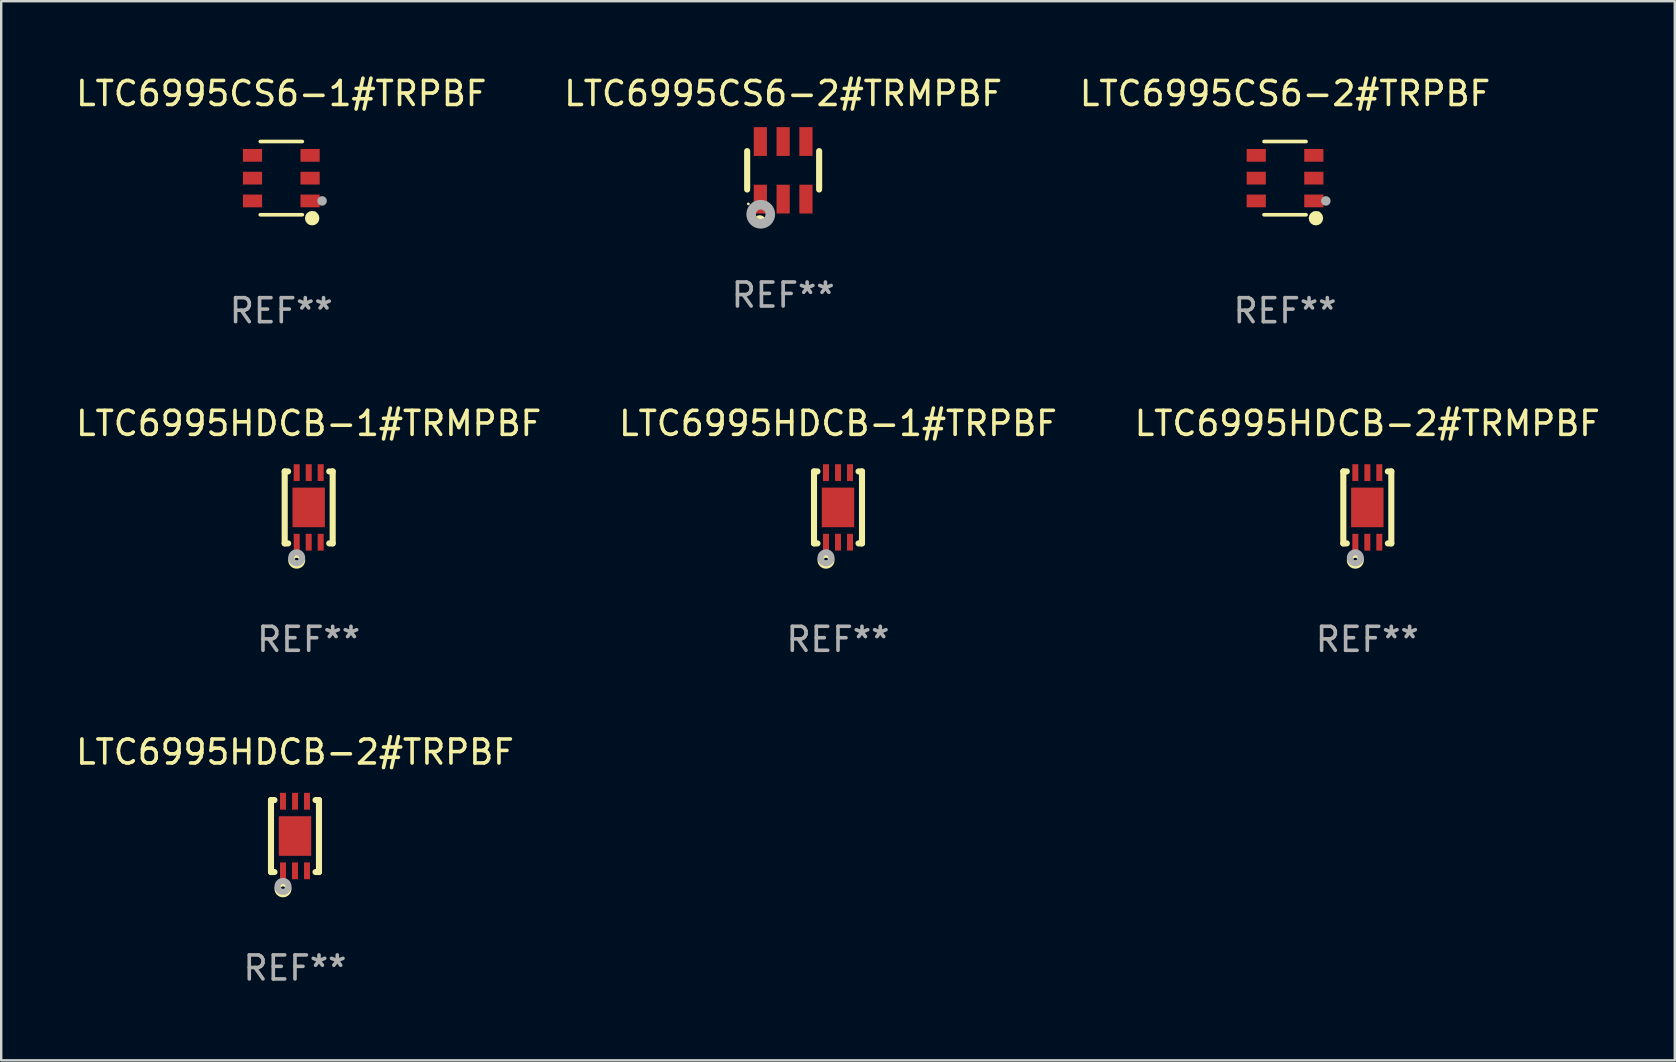
<source format=kicad_pcb>
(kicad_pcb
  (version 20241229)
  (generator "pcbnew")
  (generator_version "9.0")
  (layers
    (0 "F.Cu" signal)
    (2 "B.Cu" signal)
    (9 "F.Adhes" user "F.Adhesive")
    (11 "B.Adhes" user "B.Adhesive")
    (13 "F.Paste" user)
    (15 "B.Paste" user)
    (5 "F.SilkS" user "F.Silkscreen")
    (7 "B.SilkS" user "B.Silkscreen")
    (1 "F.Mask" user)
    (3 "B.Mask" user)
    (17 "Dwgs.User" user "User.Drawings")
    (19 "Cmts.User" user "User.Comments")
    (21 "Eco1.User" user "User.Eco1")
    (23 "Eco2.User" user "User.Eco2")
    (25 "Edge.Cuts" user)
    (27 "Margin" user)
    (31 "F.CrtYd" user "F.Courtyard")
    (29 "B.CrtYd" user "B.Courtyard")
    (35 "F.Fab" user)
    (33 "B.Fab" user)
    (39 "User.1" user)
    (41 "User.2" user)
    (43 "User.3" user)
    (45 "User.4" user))
  (footprint "LTC6995HDCB-2#TRPBF"
    (layer "F.Cu")
    (at 9.244 31.793)
    (property "Reference" "LTC6995HDCB-2#TRPBF" (at 0 -3.5 0) (layer "F.SilkS") (effects (font (size 1 1) (thickness 0.15))))
    (attr through_hole)
    (fp_line (start -1 1.5) (end -1 -1.5) (stroke (width 0.254) (type solid)) (layer "F.SilkS"))
    (fp_line (start -0.856 -1.5) (end -1 -1.5) (stroke (width 0.254) (type solid)) (layer "F.SilkS"))
    (fp_line (start -0.855 1.5) (end -1 1.5) (stroke (width 0.254) (type solid)) (layer "F.SilkS"))
    (fp_line (start 1 -1.5) (end 0.856 -1.5) (stroke (width 0.254) (type solid)) (layer "F.SilkS"))
    (fp_line (start 1 1.5) (end 0.856 1.5) (stroke (width 0.254) (type solid)) (layer "F.SilkS"))
    (fp_line (start 1 1.5) (end 1 -1.5) (stroke (width 0.254) (type solid)) (layer "F.SilkS"))
    (fp_circle (center -1 1.5) (end -0.97 1.5) (stroke (width 0.06) (type solid)) (fill no) (layer "F.SilkS"))
    (fp_circle (center -0.5 2.2) (end -0.4 2.2) (stroke (width 0.254) (type solid)) (fill no) (layer "F.SilkS"))
    (fp_circle (center -0.5 2.1) (end -0.4 2.1) (stroke (width 0.254) (type solid)) (fill no) (layer "F.Fab"))
    (fp_text user "REF**" (at 0 5.5 0) (layer "F.Fab") (effects (font (size 1 1) (thickness 0.15))))
    (pad "1" smd rect (at -0.499 1.45 180) (size 0.25 0.7) (layers "F.Cu" "F.Mask" "F.Paste"))
    (pad "2" smd rect (at 0.000025 1.45 180) (size 0.25 0.7) (layers "F.Cu" "F.Mask" "F.Paste"))
    (pad "3" smd rect (at 0.5 1.45 180) (size 0.25 0.7) (layers "F.Cu" "F.Mask" "F.Paste"))
    (pad "4" smd rect (at 0.5 -1.45 180) (size 0.25 0.7) (layers "F.Cu" "F.Mask" "F.Paste"))
    (pad "5" smd rect (at 0.002 -1.45 180) (size 0.25 0.7) (layers "F.Cu" "F.Mask" "F.Paste"))
    (pad "6" smd rect (at -0.5 -1.45 180) (size 0.25 0.7) (layers "F.Cu" "F.Mask" "F.Paste"))
    (pad "7" smd rect (at 0.000025 0.000038 180) (size 1.35 1.65) (layers "F.Cu" "F.Mask" "F.Paste")))
  (footprint "LTC6995CS6-1#TRPBF"
    (layer "F.Cu")
    (at 8.673 4.374)
    (property "Reference" "LTC6995CS6-1#TRPBF" (at 0 -3.526 0) (layer "F.SilkS") (effects (font (size 1 1) (thickness 0.15))))
    (attr through_hole)
    (fp_line (start 0.876 -1.526) (end -0.876 -1.526) (stroke (width 0.152) (type solid)) (layer "F.SilkS"))
    (fp_line (start 0.876 1.526) (end -0.876 1.526) (stroke (width 0.152) (type solid)) (layer "F.SilkS"))
    (fp_circle (center 1.287 1.669) (end 1.438 1.669) (stroke (width 0.3) (type solid)) (fill no) (layer "F.SilkS"))
    (fp_circle (center 1.4 1.45) (end 1.43 1.45) (stroke (width 0.06) (type solid)) (fill no) (layer "F.SilkS"))
    (fp_circle (center 1.7 0.95) (end 1.8 0.95) (stroke (width 0.2) (type solid)) (fill no) (layer "F.Fab"))
    (fp_text user "REF**" (at 0 5.526 0) (layer "F.Fab") (effects (font (size 1 1) (thickness 0.15))))
    (pad "1" smd rect (at 1.2 0.95) (size 0.8 0.532) (layers "F.Cu" "F.Mask" "F.Paste"))
    (pad "2" smd rect (at 1.2 0) (size 0.8 0.532) (layers "F.Cu" "F.Mask" "F.Paste"))
    (pad "3" smd rect (at 1.2 -0.95) (size 0.8 0.532) (layers "F.Cu" "F.Mask" "F.Paste"))
    (pad "4" smd rect (at -1.2 -0.95) (size 0.8 0.532) (layers "F.Cu" "F.Mask" "F.Paste"))
    (pad "5" smd rect (at -1.2 0) (size 0.8 0.532) (layers "F.Cu" "F.Mask" "F.Paste"))
    (pad "6" smd rect (at -1.2 0.95) (size 0.8 0.532) (layers "F.Cu" "F.Mask" "F.Paste")))
  (footprint "LTC6995HDCB-2#TRMPBF"
    (layer "F.Cu")
    (at 53.935 18.097)
    (property "Reference" "LTC6995HDCB-2#TRMPBF" (at 0 -3.5 0) (layer "F.SilkS") (effects (font (size 1 1) (thickness 0.15))))
    (attr through_hole)
    (fp_line (start -1 1.5) (end -1 -1.5) (stroke (width 0.254) (type solid)) (layer "F.SilkS"))
    (fp_line (start -0.856 -1.5) (end -1 -1.5) (stroke (width 0.254) (type solid)) (layer "F.SilkS"))
    (fp_line (start -0.855 1.5) (end -1 1.5) (stroke (width 0.254) (type solid)) (layer "F.SilkS"))
    (fp_line (start 1 -1.5) (end 0.856 -1.5) (stroke (width 0.254) (type solid)) (layer "F.SilkS"))
    (fp_line (start 1 1.5) (end 0.856 1.5) (stroke (width 0.254) (type solid)) (layer "F.SilkS"))
    (fp_line (start 1 1.5) (end 1 -1.5) (stroke (width 0.254) (type solid)) (layer "F.SilkS"))
    (fp_circle (center -1 1.5) (end -0.97 1.5) (stroke (width 0.06) (type solid)) (fill no) (layer "F.SilkS"))
    (fp_circle (center -0.5 2.2) (end -0.4 2.2) (stroke (width 0.254) (type solid)) (fill no) (layer "F.SilkS"))
    (fp_circle (center -0.5 2.1) (end -0.4 2.1) (stroke (width 0.254) (type solid)) (fill no) (layer "F.Fab"))
    (fp_text user "REF**" (at 0 5.5 0) (layer "F.Fab") (effects (font (size 1 1) (thickness 0.15))))
    (pad "1" smd rect (at -0.499 1.45 180) (size 0.25 0.7) (layers "F.Cu" "F.Mask" "F.Paste"))
    (pad "2" smd rect (at 0.000025 1.45 180) (size 0.25 0.7) (layers "F.Cu" "F.Mask" "F.Paste"))
    (pad "3" smd rect (at 0.5 1.45 180) (size 0.25 0.7) (layers "F.Cu" "F.Mask" "F.Paste"))
    (pad "4" smd rect (at 0.5 -1.45 180) (size 0.25 0.7) (layers "F.Cu" "F.Mask" "F.Paste"))
    (pad "5" smd rect (at 0.002 -1.45 180) (size 0.25 0.7) (layers "F.Cu" "F.Mask" "F.Paste"))
    (pad "6" smd rect (at -0.5 -1.45 180) (size 0.25 0.7) (layers "F.Cu" "F.Mask" "F.Paste"))
    (pad "7" smd rect (at 0.000025 0.000038 180) (size 1.35 1.65) (layers "F.Cu" "F.Mask" "F.Paste")))
  (footprint "LTC6995CS6-2#TRMPBF"
    (layer "F.Cu")
    (at 29.589 4.048)
    (property "Reference" "LTC6995CS6-2#TRMPBF" (at 0 -3.2 0) (layer "F.SilkS") (effects (font (size 1 1) (thickness 0.15))))
    (attr through_hole)
    (fp_line (start -1.5 0.8) (end -1.5 -0.8) (stroke (width 0.254) (type solid)) (layer "F.SilkS"))
    (fp_line (start 1.5 -0.8) (end 1.5 0.8) (stroke (width 0.254) (type solid)) (layer "F.SilkS"))
    (fp_circle (center -1.45 1.4) (end -1.42 1.4) (stroke (width 0.06) (type solid)) (fill no) (layer "F.SilkS"))
    (fp_circle (center -0.975 2.125) (end -0.848 2.125) (stroke (width 0.254) (type solid)) (fill no) (layer "F.SilkS"))
    (fp_circle (center -0.934 1.832) (end -0.735 1.832) (stroke (width 0.4) (type solid)) (fill no) (layer "F.Fab"))
    (fp_text user "REF**" (at 0 5.2 0) (layer "F.Fab") (effects (font (size 1 1) (thickness 0.15))))
    (pad "1" smd rect (at -0.95 1.2) (size 0.55 1.2) (layers "F.Cu" "F.Mask" "F.Paste"))
    (pad "2" smd rect (at 0 1.2) (size 0.55 1.2) (layers "F.Cu" "F.Mask" "F.Paste"))
    (pad "3" smd rect (at 0.95 1.2) (size 0.55 1.2) (layers "F.Cu" "F.Mask" "F.Paste"))
    (pad "4" smd rect (at 0.95 -1.2) (size 0.55 1.2) (layers "F.Cu" "F.Mask" "F.Paste"))
    (pad "5" smd rect (at 0 -1.2) (size 0.55 1.2) (layers "F.Cu" "F.Mask" "F.Paste"))
    (pad "6" smd rect (at -0.95 -1.2) (size 0.55 1.2) (layers "F.Cu" "F.Mask" "F.Paste")))
  (footprint "LTC6995CS6-2#TRPBF"
    (layer "F.Cu")
    (at 50.506 4.374)
    (property "Reference" "LTC6995CS6-2#TRPBF" (at 0 -3.526 0) (layer "F.SilkS") (effects (font (size 1 1) (thickness 0.15))))
    (attr through_hole)
    (fp_line (start 0.876 -1.526) (end -0.876 -1.526) (stroke (width 0.152) (type solid)) (layer "F.SilkS"))
    (fp_line (start 0.876 1.526) (end -0.876 1.526) (stroke (width 0.152) (type solid)) (layer "F.SilkS"))
    (fp_circle (center 1.287 1.669) (end 1.438 1.669) (stroke (width 0.3) (type solid)) (fill no) (layer "F.SilkS"))
    (fp_circle (center 1.4 1.45) (end 1.43 1.45) (stroke (width 0.06) (type solid)) (fill no) (layer "F.SilkS"))
    (fp_circle (center 1.7 0.95) (end 1.8 0.95) (stroke (width 0.2) (type solid)) (fill no) (layer "F.Fab"))
    (fp_text user "REF**" (at 0 5.526 0) (layer "F.Fab") (effects (font (size 1 1) (thickness 0.15))))
    (pad "1" smd rect (at 1.2 0.95) (size 0.8 0.532) (layers "F.Cu" "F.Mask" "F.Paste"))
    (pad "2" smd rect (at 1.2 0) (size 0.8 0.532) (layers "F.Cu" "F.Mask" "F.Paste"))
    (pad "3" smd rect (at 1.2 -0.95) (size 0.8 0.532) (layers "F.Cu" "F.Mask" "F.Paste"))
    (pad "4" smd rect (at -1.2 -0.95) (size 0.8 0.532) (layers "F.Cu" "F.Mask" "F.Paste"))
    (pad "5" smd rect (at -1.2 0) (size 0.8 0.532) (layers "F.Cu" "F.Mask" "F.Paste"))
    (pad "6" smd rect (at -1.2 0.95) (size 0.8 0.532) (layers "F.Cu" "F.Mask" "F.Paste")))
  (footprint "LTC6995HDCB-1#TRMPBF"
    (layer "F.Cu")
    (at 9.815 18.097)
    (property "Reference" "LTC6995HDCB-1#TRMPBF" (at 0 -3.5 0) (layer "F.SilkS") (effects (font (size 1 1) (thickness 0.15))))
    (attr through_hole)
    (fp_line (start -1 1.5) (end -1 -1.5) (stroke (width 0.254) (type solid)) (layer "F.SilkS"))
    (fp_line (start -0.856 -1.5) (end -1 -1.5) (stroke (width 0.254) (type solid)) (layer "F.SilkS"))
    (fp_line (start -0.855 1.5) (end -1 1.5) (stroke (width 0.254) (type solid)) (layer "F.SilkS"))
    (fp_line (start 1 -1.5) (end 0.856 -1.5) (stroke (width 0.254) (type solid)) (layer "F.SilkS"))
    (fp_line (start 1 1.5) (end 0.856 1.5) (stroke (width 0.254) (type solid)) (layer "F.SilkS"))
    (fp_line (start 1 1.5) (end 1 -1.5) (stroke (width 0.254) (type solid)) (layer "F.SilkS"))
    (fp_circle (center -1 1.5) (end -0.97 1.5) (stroke (width 0.06) (type solid)) (fill no) (layer "F.SilkS"))
    (fp_circle (center -0.5 2.2) (end -0.4 2.2) (stroke (width 0.254) (type solid)) (fill no) (layer "F.SilkS"))
    (fp_circle (center -0.5 2.1) (end -0.4 2.1) (stroke (width 0.254) (type solid)) (fill no) (layer "F.Fab"))
    (fp_text user "REF**" (at 0 5.5 0) (layer "F.Fab") (effects (font (size 1 1) (thickness 0.15))))
    (pad "1" smd rect (at -0.499 1.45 180) (size 0.25 0.7) (layers "F.Cu" "F.Mask" "F.Paste"))
    (pad "2" smd rect (at 0.000025 1.45 180) (size 0.25 0.7) (layers "F.Cu" "F.Mask" "F.Paste"))
    (pad "3" smd rect (at 0.5 1.45 180) (size 0.25 0.7) (layers "F.Cu" "F.Mask" "F.Paste"))
    (pad "4" smd rect (at 0.5 -1.45 180) (size 0.25 0.7) (layers "F.Cu" "F.Mask" "F.Paste"))
    (pad "5" smd rect (at 0.002 -1.45 180) (size 0.25 0.7) (layers "F.Cu" "F.Mask" "F.Paste"))
    (pad "6" smd rect (at -0.5 -1.45 180) (size 0.25 0.7) (layers "F.Cu" "F.Mask" "F.Paste"))
    (pad "7" smd rect (at 0.000025 0.000038 180) (size 1.35 1.65) (layers "F.Cu" "F.Mask" "F.Paste")))
  (footprint "LTC6995HDCB-1#TRPBF"
    (layer "F.Cu")
    (at 31.875 18.097)
    (property "Reference" "LTC6995HDCB-1#TRPBF" (at 0 -3.5 0) (layer "F.SilkS") (effects (font (size 1 1) (thickness 0.15))))
    (attr through_hole)
    (fp_line (start -1 1.5) (end -1 -1.5) (stroke (width 0.254) (type solid)) (layer "F.SilkS"))
    (fp_line (start -0.856 -1.5) (end -1 -1.5) (stroke (width 0.254) (type solid)) (layer "F.SilkS"))
    (fp_line (start -0.855 1.5) (end -1 1.5) (stroke (width 0.254) (type solid)) (layer "F.SilkS"))
    (fp_line (start 1 -1.5) (end 0.856 -1.5) (stroke (width 0.254) (type solid)) (layer "F.SilkS"))
    (fp_line (start 1 1.5) (end 0.856 1.5) (stroke (width 0.254) (type solid)) (layer "F.SilkS"))
    (fp_line (start 1 1.5) (end 1 -1.5) (stroke (width 0.254) (type solid)) (layer "F.SilkS"))
    (fp_circle (center -1 1.5) (end -0.97 1.5) (stroke (width 0.06) (type solid)) (fill no) (layer "F.SilkS"))
    (fp_circle (center -0.5 2.2) (end -0.4 2.2) (stroke (width 0.254) (type solid)) (fill no) (layer "F.SilkS"))
    (fp_circle (center -0.5 2.1) (end -0.4 2.1) (stroke (width 0.254) (type solid)) (fill no) (layer "F.Fab"))
    (fp_text user "REF**" (at 0 5.5 0) (layer "F.Fab") (effects (font (size 1 1) (thickness 0.15))))
    (pad "1" smd rect (at -0.499 1.45 180) (size 0.25 0.7) (layers "F.Cu" "F.Mask" "F.Paste"))
    (pad "2" smd rect (at 0.000025 1.45 180) (size 0.25 0.7) (layers "F.Cu" "F.Mask" "F.Paste"))
    (pad "3" smd rect (at 0.5 1.45 180) (size 0.25 0.7) (layers "F.Cu" "F.Mask" "F.Paste"))
    (pad "4" smd rect (at 0.5 -1.45 180) (size 0.25 0.7) (layers "F.Cu" "F.Mask" "F.Paste"))
    (pad "5" smd rect (at 0.002 -1.45 180) (size 0.25 0.7) (layers "F.Cu" "F.Mask" "F.Paste"))
    (pad "6" smd rect (at -0.5 -1.45 180) (size 0.25 0.7) (layers "F.Cu" "F.Mask" "F.Paste"))
    (pad "7" smd rect (at 0.000025 0.000038 180) (size 1.35 1.65) (layers "F.Cu" "F.Mask" "F.Paste")))
  (gr_rect
    (start -3 -3)
    (end 66.75 41.142)
    (stroke (width 0.1) (type default))
    (fill no)
    (layer "Edge.Cuts")))
</source>
